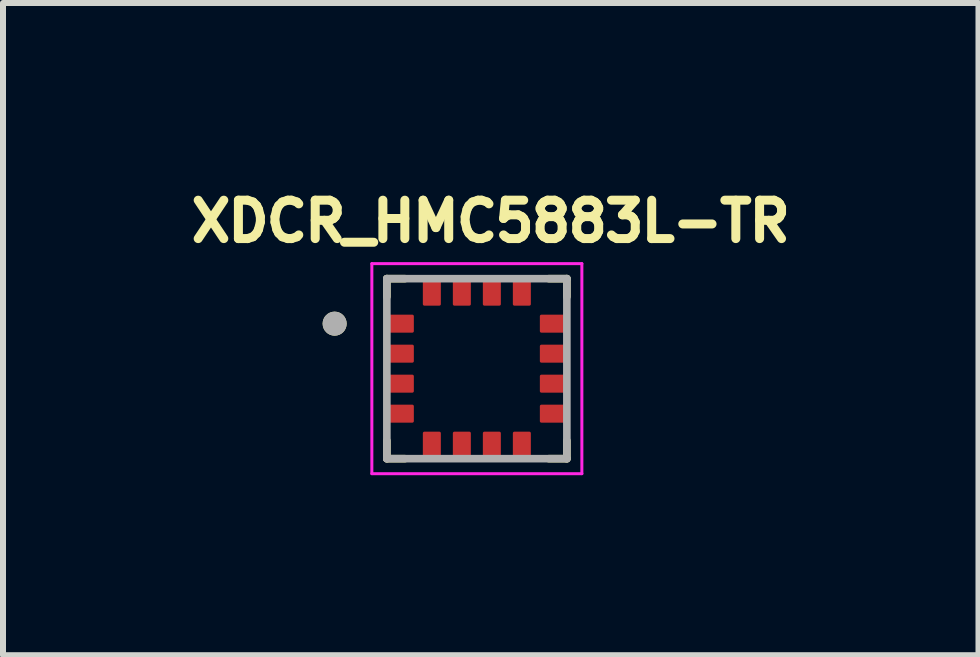
<source format=kicad_pcb>
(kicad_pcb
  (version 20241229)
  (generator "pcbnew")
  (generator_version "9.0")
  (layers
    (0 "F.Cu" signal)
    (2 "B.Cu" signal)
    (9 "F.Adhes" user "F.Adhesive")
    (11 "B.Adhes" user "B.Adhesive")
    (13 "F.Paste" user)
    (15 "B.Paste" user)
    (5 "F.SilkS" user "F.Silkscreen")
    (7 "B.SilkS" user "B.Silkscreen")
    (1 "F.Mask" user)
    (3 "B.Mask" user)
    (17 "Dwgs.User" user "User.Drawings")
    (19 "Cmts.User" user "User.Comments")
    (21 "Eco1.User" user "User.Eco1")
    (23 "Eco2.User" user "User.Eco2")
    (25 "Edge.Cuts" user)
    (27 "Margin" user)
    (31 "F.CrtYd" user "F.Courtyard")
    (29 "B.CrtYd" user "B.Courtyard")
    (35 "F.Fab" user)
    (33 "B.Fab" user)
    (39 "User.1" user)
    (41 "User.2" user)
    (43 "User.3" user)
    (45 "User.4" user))
  (footprint "XDCR_HMC5883L-TR"
    (layer "F.Cu")
    (at 4.897 3.094)
    (property "Reference" "XDCR_HMC5883L-TR" (at 0.232 -2.456 0) (layer "F.SilkS") (effects (font (size 0.64 0.64) (thickness 0.15))))
    (attr smd)
    (fp_line (start -1.5 -1.5) (end -1.2 -1.5) (stroke (width 0.127) (type solid)) (layer "F.SilkS"))
    (fp_line (start -1.5 -1.2) (end -1.5 -1.5) (stroke (width 0.127) (type solid)) (layer "F.SilkS"))
    (fp_line (start -1.5 1.5) (end -1.5 1.2) (stroke (width 0.127) (type solid)) (layer "F.SilkS"))
    (fp_line (start -1.2 1.5) (end -1.5 1.5) (stroke (width 0.127) (type solid)) (layer "F.SilkS"))
    (fp_line (start 1.2 -1.5) (end 1.5 -1.5) (stroke (width 0.127) (type solid)) (layer "F.SilkS"))
    (fp_line (start 1.5 -1.5) (end 1.5 -1.2) (stroke (width 0.127) (type solid)) (layer "F.SilkS"))
    (fp_line (start 1.5 1.2) (end 1.5 1.5) (stroke (width 0.127) (type solid)) (layer "F.SilkS"))
    (fp_line (start 1.5 1.5) (end 1.2 1.5) (stroke (width 0.127) (type solid)) (layer "F.SilkS"))
    (fp_circle (center -2.37 -0.75) (end -2.27 -0.75) (stroke (width 0.2) (type solid)) (fill no) (layer "F.SilkS"))
    (fp_line (start -1.75 -1.75) (end 1.75 -1.75) (stroke (width 0.05) (type solid)) (layer "F.CrtYd"))
    (fp_line (start -1.75 1.75) (end -1.75 -1.75) (stroke (width 0.05) (type solid)) (layer "F.CrtYd"))
    (fp_line (start 1.75 -1.75) (end 1.75 1.75) (stroke (width 0.05) (type solid)) (layer "F.CrtYd"))
    (fp_line (start 1.75 1.75) (end -1.75 1.75) (stroke (width 0.05) (type solid)) (layer "F.CrtYd"))
    (fp_line (start -1.5 -1.5) (end 1.5 -1.5) (stroke (width 0.127) (type solid)) (layer "F.Fab"))
    (fp_line (start -1.5 1.5) (end -1.5 -1.5) (stroke (width 0.127) (type solid)) (layer "F.Fab"))
    (fp_line (start 1.5 -1.5) (end 1.5 1.5) (stroke (width 0.127) (type solid)) (layer "F.Fab"))
    (fp_line (start 1.5 1.5) (end -1.5 1.5) (stroke (width 0.127) (type solid)) (layer "F.Fab"))
    (fp_circle (center -2.37 -0.75) (end -2.27 -0.75) (stroke (width 0.2) (type solid)) (fill no) (layer "F.Fab"))
    (pad "1" smd roundrect (at -1.275 -0.75) (size 0.45 0.3) (layers "F.Cu" "F.Mask" "F.Paste") (roundrect_rratio 0.085))
    (pad "2" smd roundrect (at -1.275 -0.25) (size 0.45 0.3) (layers "F.Cu" "F.Mask" "F.Paste") (roundrect_rratio 0.085))
    (pad "3" smd roundrect (at -1.275 0.25) (size 0.45 0.3) (layers "F.Cu" "F.Mask" "F.Paste") (roundrect_rratio 0.085))
    (pad "4" smd roundrect (at -1.275 0.75) (size 0.45 0.3) (layers "F.Cu" "F.Mask" "F.Paste") (roundrect_rratio 0.085))
    (pad "5" smd roundrect (at -0.75 1.275) (size 0.3 0.45) (layers "F.Cu" "F.Mask" "F.Paste") (roundrect_rratio 0.085))
    (pad "6" smd roundrect (at -0.25 1.275) (size 0.3 0.45) (layers "F.Cu" "F.Mask" "F.Paste") (roundrect_rratio 0.085))
    (pad "7" smd roundrect (at 0.25 1.275) (size 0.3 0.45) (layers "F.Cu" "F.Mask" "F.Paste") (roundrect_rratio 0.085))
    (pad "8" smd roundrect (at 0.75 1.275) (size 0.3 0.45) (layers "F.Cu" "F.Mask" "F.Paste") (roundrect_rratio 0.085))
    (pad "9" smd roundrect (at 1.275 0.75) (size 0.45 0.3) (layers "F.Cu" "F.Mask" "F.Paste") (roundrect_rratio 0.085))
    (pad "10" smd roundrect (at 1.275 0.25) (size 0.45 0.3) (layers "F.Cu" "F.Mask" "F.Paste") (roundrect_rratio 0.085))
    (pad "11" smd roundrect (at 1.275 -0.25) (size 0.45 0.3) (layers "F.Cu" "F.Mask" "F.Paste") (roundrect_rratio 0.085))
    (pad "12" smd roundrect (at 1.275 -0.75) (size 0.45 0.3) (layers "F.Cu" "F.Mask" "F.Paste") (roundrect_rratio 0.085))
    (pad "13" smd roundrect (at 0.75 -1.275) (size 0.3 0.45) (layers "F.Cu" "F.Mask" "F.Paste") (roundrect_rratio 0.085))
    (pad "14" smd roundrect (at 0.25 -1.275) (size 0.3 0.45) (layers "F.Cu" "F.Mask" "F.Paste") (roundrect_rratio 0.085))
    (pad "15" smd roundrect (at -0.25 -1.275) (size 0.3 0.45) (layers "F.Cu" "F.Mask" "F.Paste") (roundrect_rratio 0.085))
    (pad "16" smd roundrect (at -0.75 -1.275) (size 0.3 0.45) (layers "F.Cu" "F.Mask" "F.Paste") (roundrect_rratio 0.085)))
  (gr_rect
    (start -3 -3)
    (end 13.257 7.869)
    (stroke (width 0.1) (type default))
    (fill no)
    (layer "Edge.Cuts")))
</source>
